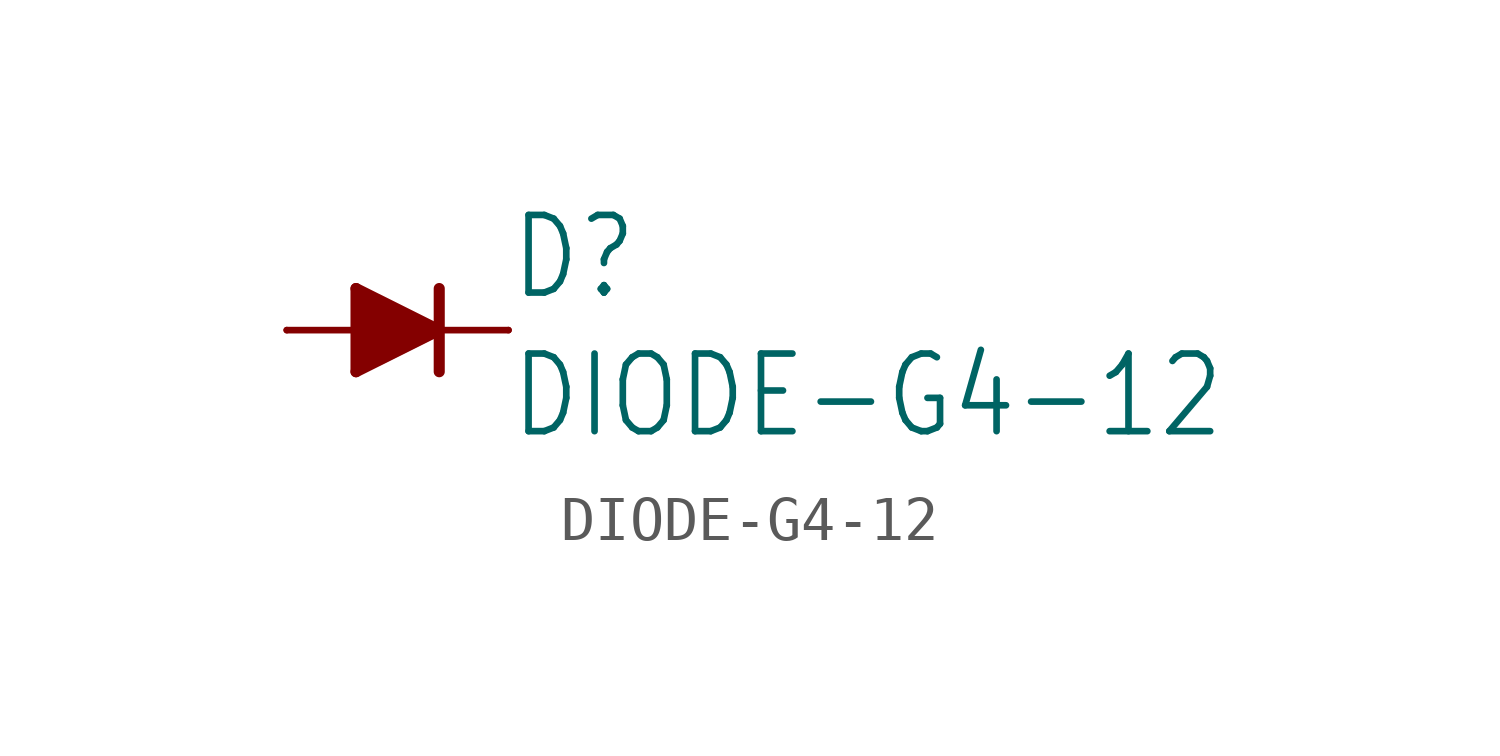
<source format=kicad_sym>
(kicad_symbol_lib
  (version 20211014)
  (generator kicad_symbol_editor)
  (symbol "DIODE-G4-12"
    (property "Reference" "D"
      (at 2.54 0.635 0)
      (effects (font (size 1.778 1.511)) (justify left bottom)))
    (property "Value" "DIODE-G4-12"
      (at 2.54 -2.54 0)
      (effects (font (size 1.778 1.511)) (justify left bottom)))
    (property "ki_locked" ""
      (at 0 0 0)
      (effects (font (size 1.27 1.27))))
    (symbol "DIODE-G4-12_1_0"
      (polyline (pts (xy -0.953 -0.953) (xy 0.953 0)) (stroke (width 0.254) (type default) (color 0 0 0 0)) (fill (type none)))
      (polyline (pts (xy -0.953 0) (xy -2.54 0)) (stroke (width 0.152) (type default) (color 0 0 0 0)) (fill (type none)))
      (polyline (pts (xy -0.953 0) (xy -0.953 -0.953)) (stroke (width 0.254) (type default) (color 0 0 0 0)) (fill (type none)))
      (polyline (pts (xy -0.953 0.953) (xy -0.953 0)) (stroke (width 0.254) (type default) (color 0 0 0 0)) (fill (type none)))
      (polyline (pts (xy 0.953 0) (xy -0.953 0.953)) (stroke (width 0.254) (type default) (color 0 0 0 0)) (fill (type none)))
      (polyline (pts (xy 0.953 0) (xy 0.953 -0.953)) (stroke (width 0.254) (type default) (color 0 0 0 0)) (fill (type none)))
      (polyline (pts (xy 0.953 0) (xy 2.54 0)) (stroke (width 0.152) (type default) (color 0 0 0 0)) (fill (type none)))
      (polyline (pts (xy 0.953 0.953) (xy 0.953 0)) (stroke (width 0.254) (type default) (color 0 0 0 0)) (fill (type none)))
      (polyline (pts (xy -0.953 0.953) (xy 0.953 0) (xy -0.953 -0.953)) (stroke (width 0) (type default) (color 0 0 0 0)) (fill (type outline)))
      (pin passive line (at -2.54 0 0) (length 0) (name "A" (effects (font (size 0 0)))) (number "A" (effects (font (size 0 0)))))
      (pin passive line (at 2.54 0 180) (length 0) (name "C" (effects (font (size 0 0)))) (number "C" (effects (font (size 0 0))))))))
</source>
